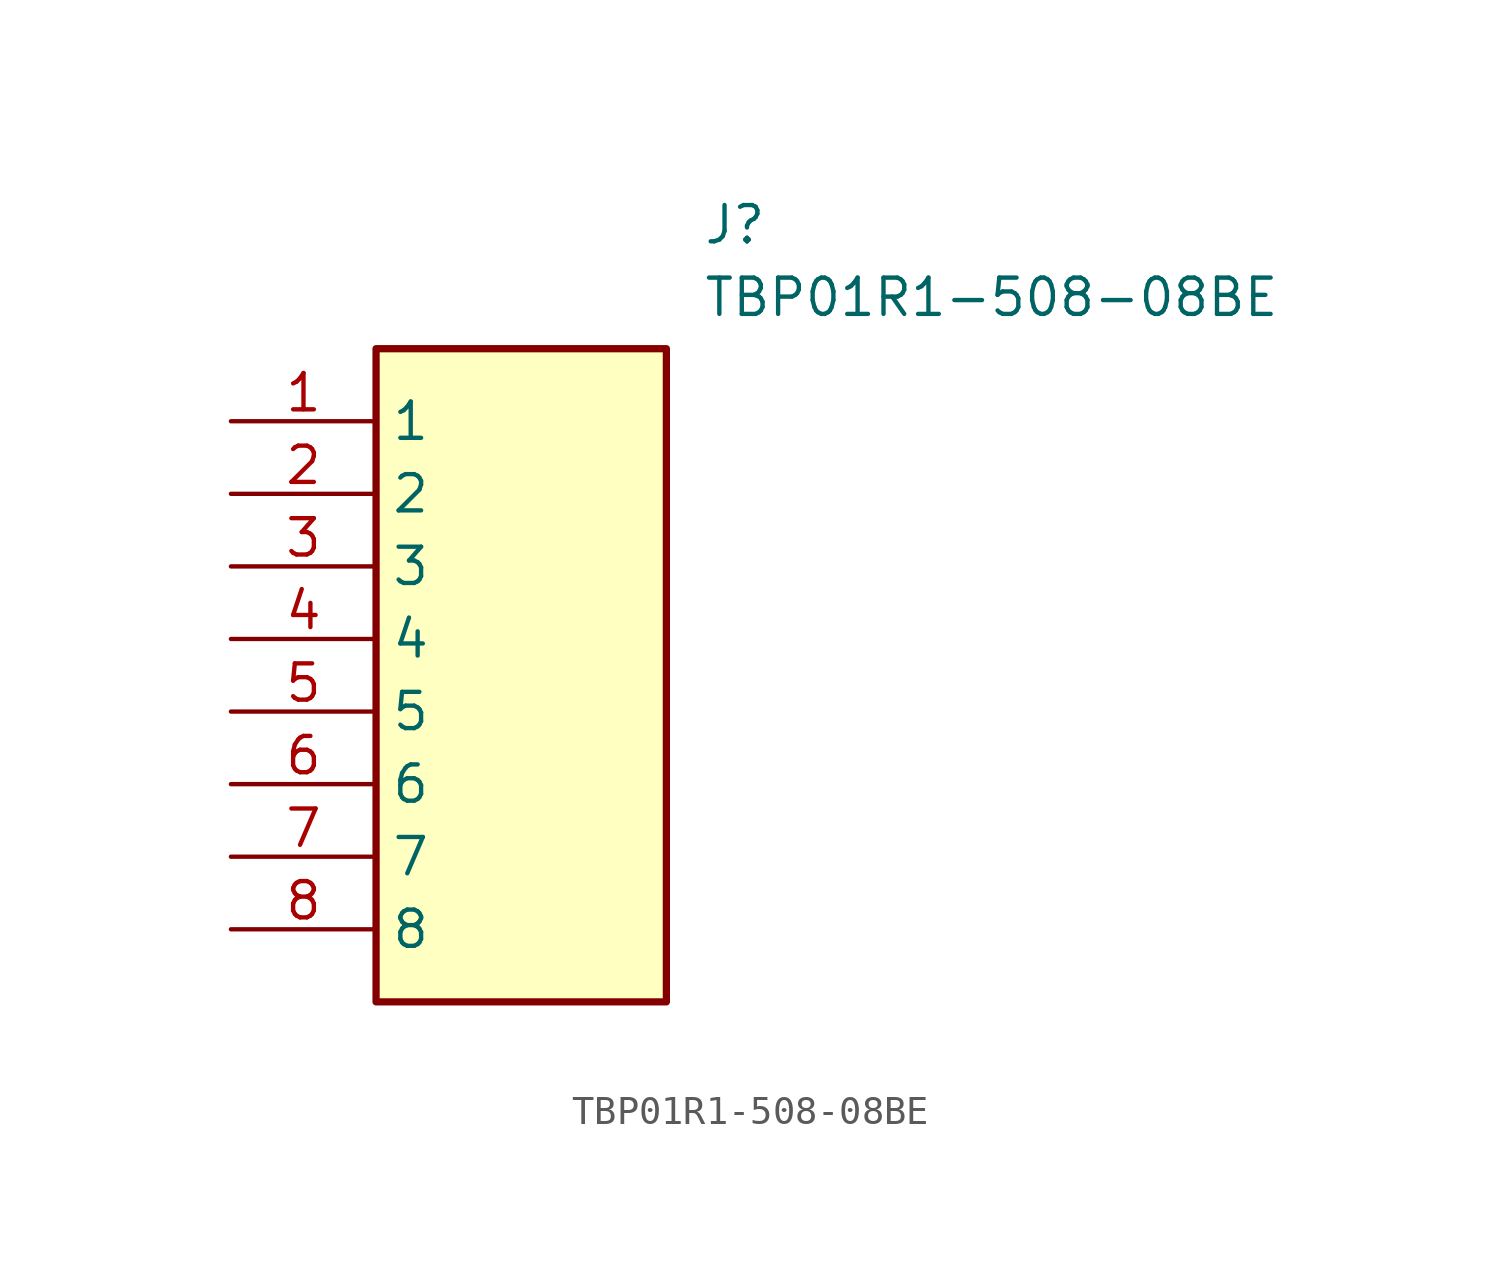
<source format=kicad_sym>
(kicad_symbol_lib
  (version 20211014)
  (generator SamacSys_ECAD_Model)
  (symbol "TBP01R1-508-08BE"
    (property "Reference" "J"
      (at 16.51 7.62 0)
      (effects (font (size 1.27 1.27)) (justify left top)))
    (property "Value" "TBP01R1-508-08BE"
      (at 16.51 5.08 0)
      (effects (font (size 1.27 1.27)) (justify left top)))
    (rectangle
      (start 5.08 2.54)
      (end 15.24 -20.32)
      (stroke (width 0.254) (type default))
      (fill (type background)))
    (pin passive line
      (at 0 0 0)
      (length 5.08)
      (name "1" (effects (font (size 1.27 1.27))))
      (number "1" (effects (font (size 1.27 1.27)))))
    (pin passive line
      (at 0 -2.54 0)
      (length 5.08)
      (name "2" (effects (font (size 1.27 1.27))))
      (number "2" (effects (font (size 1.27 1.27)))))
    (pin passive line
      (at 0 -5.08 0)
      (length 5.08)
      (name "3" (effects (font (size 1.27 1.27))))
      (number "3" (effects (font (size 1.27 1.27)))))
    (pin passive line
      (at 0 -7.62 0)
      (length 5.08)
      (name "4" (effects (font (size 1.27 1.27))))
      (number "4" (effects (font (size 1.27 1.27)))))
    (pin passive line
      (at 0 -10.16 0)
      (length 5.08)
      (name "5" (effects (font (size 1.27 1.27))))
      (number "5" (effects (font (size 1.27 1.27)))))
    (pin passive line
      (at 0 -12.7 0)
      (length 5.08)
      (name "6" (effects (font (size 1.27 1.27))))
      (number "6" (effects (font (size 1.27 1.27)))))
    (pin passive line
      (at 0 -15.24 0)
      (length 5.08)
      (name "7" (effects (font (size 1.27 1.27))))
      (number "7" (effects (font (size 1.27 1.27)))))
    (pin passive line
      (at 0 -17.78 0)
      (length 5.08)
      (name "8" (effects (font (size 1.27 1.27))))
      (number "8" (effects (font (size 1.27 1.27)))))))
</source>
